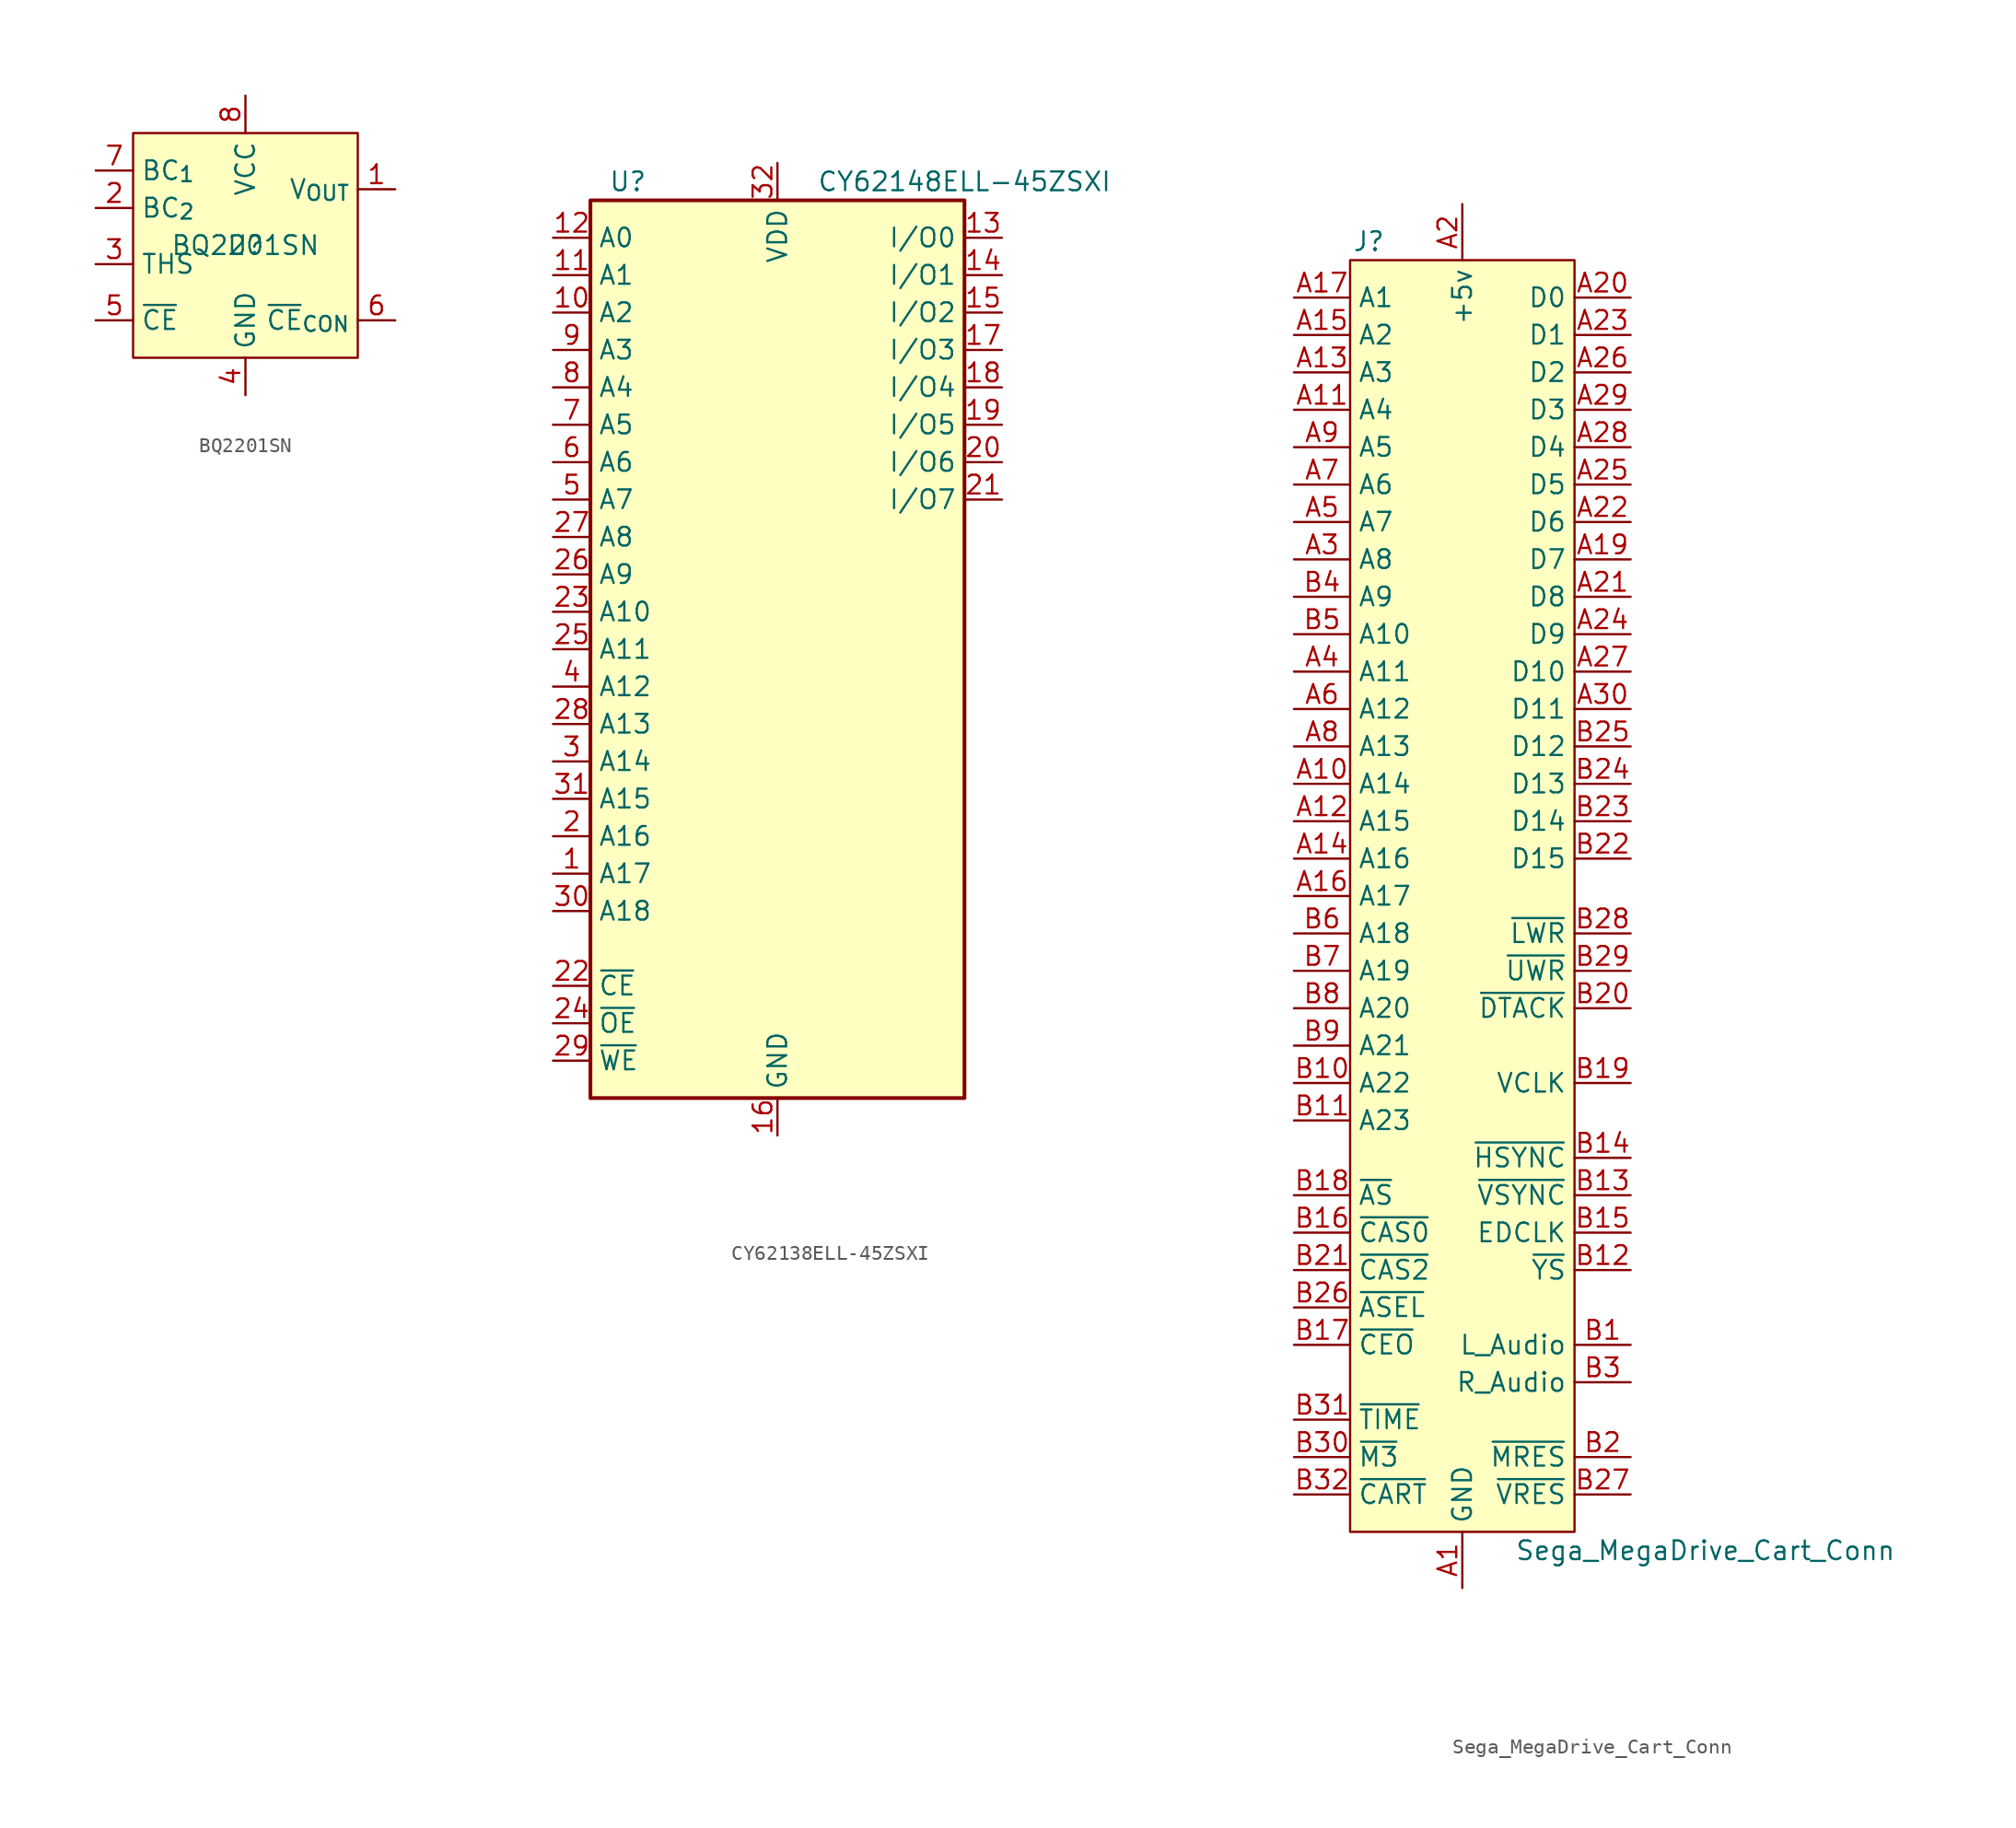
<source format=kicad_sym>
(kicad_symbol_lib
  (version 20231120)
  (generator "kicad_symbol_editor")
  (generator_version "8.0")
  (symbol "BQ2201SN"
    (property "Reference" "U"
      (at 0 0 0)
      (effects (font (size 1.27 1.27))))
    (property "Value" "BQ2201SN"
      (at 0 0 0)
      (effects (font (size 1.27 1.27))))
    (symbol "BQ2201SN_1_1"
      (rectangle (start -7.62 7.62) (end 7.62 -7.62) (stroke (width 0) (type default)) (fill (type background)))
      (pin power_out line (at 10.16 3.81 180) (length 2.54) (name "V_{OUT}" (effects (font (size 1.27 1.27)))) (number "1" (effects (font (size 1.27 1.27)))))
      (pin power_in line (at -10.16 2.54 0) (length 2.54) (name "BC_{2}" (effects (font (size 1.27 1.27)))) (number "2" (effects (font (size 1.27 1.27)))))
      (pin input line (at -10.16 -1.27 0) (length 2.54) (name "THS" (effects (font (size 1.27 1.27)))) (number "3" (effects (font (size 1.27 1.27)))))
      (pin power_in line (at 0 -10.16 90) (length 2.54) (name "GND" (effects (font (size 1.27 1.27)))) (number "4" (effects (font (size 1.27 1.27)))))
      (pin input line (at -10.16 -5.08 0) (length 2.54) (name "~{CE}" (effects (font (size 1.27 1.27)))) (number "5" (effects (font (size 1.27 1.27)))))
      (pin output line (at 10.16 -5.08 180) (length 2.54) (name "~{CE}_{CON}" (effects (font (size 1.27 1.27)))) (number "6" (effects (font (size 1.27 1.27)))))
      (pin power_in line (at -10.16 5.08 0) (length 2.54) (name "BC_{1}" (effects (font (size 1.27 1.27)))) (number "7" (effects (font (size 1.27 1.27)))))
      (pin power_in line (at 0 10.16 270) (length 2.54) (name "VCC" (effects (font (size 1.27 1.27)))) (number "8" (effects (font (size 1.27 1.27)))))))
  (symbol "CY62138ELL-45ZSXI"
    (property "Reference" "U"
      (at -10.16 31.75 0)
      (effects (font (size 1.27 1.27))))
    (property "Value" "CY62148ELL-45ZSXI"
      (at 12.7 31.75 0)
      (effects (font (size 1.27 1.27))))
    (symbol "CY62138ELL-45ZSXI_0_1"
      (rectangle (start -12.7 30.48) (end 12.7 -30.48) (stroke (width 0.254) (type default)) (fill (type background))))
    (symbol "CY62138ELL-45ZSXI_1_1"
      (pin input line (at -15.24 -15.24 0) (length 2.54) (name "A17" (effects (font (size 1.27 1.27)))) (number "1" (effects (font (size 1.27 1.27)))))
      (pin input line (at -15.24 22.86 0) (length 2.54) (name "A2" (effects (font (size 1.27 1.27)))) (number "10" (effects (font (size 1.27 1.27)))))
      (pin input line (at -15.24 25.4 0) (length 2.54) (name "A1" (effects (font (size 1.27 1.27)))) (number "11" (effects (font (size 1.27 1.27)))))
      (pin input line (at -15.24 27.94 0) (length 2.54) (name "A0" (effects (font (size 1.27 1.27)))) (number "12" (effects (font (size 1.27 1.27)))))
      (pin bidirectional line (at 15.24 27.94 180) (length 2.54) (name "I/O0" (effects (font (size 1.27 1.27)))) (number "13" (effects (font (size 1.27 1.27)))))
      (pin bidirectional line (at 15.24 25.4 180) (length 2.54) (name "I/O1" (effects (font (size 1.27 1.27)))) (number "14" (effects (font (size 1.27 1.27)))))
      (pin bidirectional line (at 15.24 22.86 180) (length 2.54) (name "I/O2" (effects (font (size 1.27 1.27)))) (number "15" (effects (font (size 1.27 1.27)))))
      (pin power_in line (at 0 -33.02 90) (length 2.54) (name "GND" (effects (font (size 1.27 1.27)))) (number "16" (effects (font (size 1.27 1.27)))))
      (pin bidirectional line (at 15.24 20.32 180) (length 2.54) (name "I/O3" (effects (font (size 1.27 1.27)))) (number "17" (effects (font (size 1.27 1.27)))))
      (pin bidirectional line (at 15.24 17.78 180) (length 2.54) (name "I/O4" (effects (font (size 1.27 1.27)))) (number "18" (effects (font (size 1.27 1.27)))))
      (pin bidirectional line (at 15.24 15.24 180) (length 2.54) (name "I/O5" (effects (font (size 1.27 1.27)))) (number "19" (effects (font (size 1.27 1.27)))))
      (pin input line (at -15.24 -12.7 0) (length 2.54) (name "A16" (effects (font (size 1.27 1.27)))) (number "2" (effects (font (size 1.27 1.27)))))
      (pin bidirectional line (at 15.24 12.7 180) (length 2.54) (name "I/O6" (effects (font (size 1.27 1.27)))) (number "20" (effects (font (size 1.27 1.27)))))
      (pin bidirectional line (at 15.24 10.16 180) (length 2.54) (name "I/O7" (effects (font (size 1.27 1.27)))) (number "21" (effects (font (size 1.27 1.27)))))
      (pin input line (at -15.24 -22.86 0) (length 2.54) (name "~{CE}" (effects (font (size 1.27 1.27)))) (number "22" (effects (font (size 1.27 1.27)))))
      (pin input line (at -15.24 2.54 0) (length 2.54) (name "A10" (effects (font (size 1.27 1.27)))) (number "23" (effects (font (size 1.27 1.27)))))
      (pin input line (at -15.24 -25.4 0) (length 2.54) (name "~{OE}" (effects (font (size 1.27 1.27)))) (number "24" (effects (font (size 1.27 1.27)))))
      (pin input line (at -15.24 0 0) (length 2.54) (name "A11" (effects (font (size 1.27 1.27)))) (number "25" (effects (font (size 1.27 1.27)))))
      (pin input line (at -15.24 5.08 0) (length 2.54) (name "A9" (effects (font (size 1.27 1.27)))) (number "26" (effects (font (size 1.27 1.27)))))
      (pin input line (at -15.24 7.62 0) (length 2.54) (name "A8" (effects (font (size 1.27 1.27)))) (number "27" (effects (font (size 1.27 1.27)))))
      (pin input line (at -15.24 -5.08 0) (length 2.54) (name "A13" (effects (font (size 1.27 1.27)))) (number "28" (effects (font (size 1.27 1.27)))))
      (pin input line (at -15.24 -27.94 0) (length 2.54) (name "~{WE}" (effects (font (size 1.27 1.27)))) (number "29" (effects (font (size 1.27 1.27)))))
      (pin input line (at -15.24 -7.62 0) (length 2.54) (name "A14" (effects (font (size 1.27 1.27)))) (number "3" (effects (font (size 1.27 1.27)))))
      (pin input line (at -15.24 -17.78 0) (length 2.54) (name "A18" (effects (font (size 1.27 1.27)))) (number "30" (effects (font (size 1.27 1.27)))))
      (pin input line (at -15.24 -10.16 0) (length 2.54) (name "A15" (effects (font (size 1.27 1.27)))) (number "31" (effects (font (size 1.27 1.27)))))
      (pin power_in line (at 0 33.02 270) (length 2.54) (name "VDD" (effects (font (size 1.27 1.27)))) (number "32" (effects (font (size 1.27 1.27)))))
      (pin input line (at -15.24 -2.54 0) (length 2.54) (name "A12" (effects (font (size 1.27 1.27)))) (number "4" (effects (font (size 1.27 1.27)))))
      (pin input line (at -15.24 10.16 0) (length 2.54) (name "A7" (effects (font (size 1.27 1.27)))) (number "5" (effects (font (size 1.27 1.27)))))
      (pin input line (at -15.24 12.7 0) (length 2.54) (name "A6" (effects (font (size 1.27 1.27)))) (number "6" (effects (font (size 1.27 1.27)))))
      (pin input line (at -15.24 15.24 0) (length 2.54) (name "A5" (effects (font (size 1.27 1.27)))) (number "7" (effects (font (size 1.27 1.27)))))
      (pin input line (at -15.24 17.78 0) (length 2.54) (name "A4" (effects (font (size 1.27 1.27)))) (number "8" (effects (font (size 1.27 1.27)))))
      (pin input line (at -15.24 20.32 0) (length 2.54) (name "A3" (effects (font (size 1.27 1.27)))) (number "9" (effects (font (size 1.27 1.27)))))))
  (symbol "Sega_MegaDrive_Cart_Conn"
    (property "Reference" "J"
      (at -6.35 41.91 0)
      (effects (font (size 1.27 1.27))))
    (property "Value" "Sega_MegaDrive_Cart_Conn"
      (at 16.51 -46.99 0)
      (effects (font (size 1.27 1.27))))
    (symbol "Sega_MegaDrive_Cart_Conn_0_1"
      (rectangle (start -7.62 40.64) (end 7.62 -45.72) (stroke (width 0) (type default)) (fill (type background))))
    (symbol "Sega_MegaDrive_Cart_Conn_1_1"
      (pin power_out line (at 0 -49.53 90) (length 3.81) (name "GND" (effects (font (size 1.27 1.27)))) (number "A1" (effects (font (size 1.27 1.27)))))
      (pin output line (at -11.43 5.08 0) (length 3.81) (name "A14" (effects (font (size 1.27 1.27)))) (number "A10" (effects (font (size 1.27 1.27)))))
      (pin output line (at -11.43 30.48 0) (length 3.81) (name "A4" (effects (font (size 1.27 1.27)))) (number "A11" (effects (font (size 1.27 1.27)))))
      (pin output line (at -11.43 2.54 0) (length 3.81) (name "A15" (effects (font (size 1.27 1.27)))) (number "A12" (effects (font (size 1.27 1.27)))))
      (pin output line (at -11.43 33.02 0) (length 3.81) (name "A3" (effects (font (size 1.27 1.27)))) (number "A13" (effects (font (size 1.27 1.27)))))
      (pin output line (at -11.43 0 0) (length 3.81) (name "A16" (effects (font (size 1.27 1.27)))) (number "A14" (effects (font (size 1.27 1.27)))))
      (pin output line (at -11.43 35.56 0) (length 3.81) (name "A2" (effects (font (size 1.27 1.27)))) (number "A15" (effects (font (size 1.27 1.27)))))
      (pin output line (at -11.43 -2.54 0) (length 3.81) (name "A17" (effects (font (size 1.27 1.27)))) (number "A16" (effects (font (size 1.27 1.27)))))
      (pin output line (at -11.43 38.1 0) (length 3.81) (name "A1" (effects (font (size 1.27 1.27)))) (number "A17" (effects (font (size 1.27 1.27)))))
      (pin passive line (at 0 -49.53 90) (length 3.81) hide (name "GND" (effects (font (size 1.27 1.27)))) (number "A18" (effects (font (size 1.27 1.27)))))
      (pin bidirectional line (at 11.43 20.32 180) (length 3.81) (name "D7" (effects (font (size 1.27 1.27)))) (number "A19" (effects (font (size 1.27 1.27)))))
      (pin power_out line (at 0 44.45 270) (length 3.81) (name "+5v" (effects (font (size 1.27 1.27)))) (number "A2" (effects (font (size 1.27 1.27)))))
      (pin bidirectional line (at 11.43 38.1 180) (length 3.81) (name "D0" (effects (font (size 1.27 1.27)))) (number "A20" (effects (font (size 1.27 1.27)))))
      (pin bidirectional line (at 11.43 17.78 180) (length 3.81) (name "D8" (effects (font (size 1.27 1.27)))) (number "A21" (effects (font (size 1.27 1.27)))))
      (pin bidirectional line (at 11.43 22.86 180) (length 3.81) (name "D6" (effects (font (size 1.27 1.27)))) (number "A22" (effects (font (size 1.27 1.27)))))
      (pin bidirectional line (at 11.43 35.56 180) (length 3.81) (name "D1" (effects (font (size 1.27 1.27)))) (number "A23" (effects (font (size 1.27 1.27)))))
      (pin bidirectional line (at 11.43 15.24 180) (length 3.81) (name "D9" (effects (font (size 1.27 1.27)))) (number "A24" (effects (font (size 1.27 1.27)))))
      (pin bidirectional line (at 11.43 25.4 180) (length 3.81) (name "D5" (effects (font (size 1.27 1.27)))) (number "A25" (effects (font (size 1.27 1.27)))))
      (pin bidirectional line (at 11.43 33.02 180) (length 3.81) (name "D2" (effects (font (size 1.27 1.27)))) (number "A26" (effects (font (size 1.27 1.27)))))
      (pin bidirectional line (at 11.43 12.7 180) (length 3.81) (name "D10" (effects (font (size 1.27 1.27)))) (number "A27" (effects (font (size 1.27 1.27)))))
      (pin bidirectional line (at 11.43 27.94 180) (length 3.81) (name "D4" (effects (font (size 1.27 1.27)))) (number "A28" (effects (font (size 1.27 1.27)))))
      (pin bidirectional line (at 11.43 30.48 180) (length 3.81) (name "D3" (effects (font (size 1.27 1.27)))) (number "A29" (effects (font (size 1.27 1.27)))))
      (pin output line (at -11.43 20.32 0) (length 3.81) (name "A8" (effects (font (size 1.27 1.27)))) (number "A3" (effects (font (size 1.27 1.27)))))
      (pin bidirectional line (at 11.43 10.16 180) (length 3.81) (name "D11" (effects (font (size 1.27 1.27)))) (number "A30" (effects (font (size 1.27 1.27)))))
      (pin passive line (at 0 44.45 270) (length 3.81) hide (name "+5v" (effects (font (size 1.27 1.27)))) (number "A31" (effects (font (size 1.27 1.27)))))
      (pin passive line (at 0 -49.53 90) (length 3.81) hide (name "GND" (effects (font (size 1.27 1.27)))) (number "A32" (effects (font (size 1.27 1.27)))))
      (pin output line (at -11.43 12.7 0) (length 3.81) (name "A11" (effects (font (size 1.27 1.27)))) (number "A4" (effects (font (size 1.27 1.27)))))
      (pin output line (at -11.43 22.86 0) (length 3.81) (name "A7" (effects (font (size 1.27 1.27)))) (number "A5" (effects (font (size 1.27 1.27)))))
      (pin output line (at -11.43 10.16 0) (length 3.81) (name "A12" (effects (font (size 1.27 1.27)))) (number "A6" (effects (font (size 1.27 1.27)))))
      (pin output line (at -11.43 25.4 0) (length 3.81) (name "A6" (effects (font (size 1.27 1.27)))) (number "A7" (effects (font (size 1.27 1.27)))))
      (pin output line (at -11.43 7.62 0) (length 3.81) (name "A13" (effects (font (size 1.27 1.27)))) (number "A8" (effects (font (size 1.27 1.27)))))
      (pin output line (at -11.43 27.94 0) (length 3.81) (name "A5" (effects (font (size 1.27 1.27)))) (number "A9" (effects (font (size 1.27 1.27)))))
      (pin input line (at 11.43 -33.02 180) (length 3.81) (name "L_Audio" (effects (font (size 1.27 1.27)))) (number "B1" (effects (font (size 1.27 1.27)))))
      (pin output line (at -11.43 -15.24 0) (length 3.81) (name "A22" (effects (font (size 1.27 1.27)))) (number "B10" (effects (font (size 1.27 1.27)))))
      (pin output line (at -11.43 -17.78 0) (length 3.81) (name "A23" (effects (font (size 1.27 1.27)))) (number "B11" (effects (font (size 1.27 1.27)))))
      (pin output line (at 11.43 -27.94 180) (length 3.81) (name "~{YS}" (effects (font (size 1.27 1.27)))) (number "B12" (effects (font (size 1.27 1.27)))))
      (pin output line (at 11.43 -22.86 180) (length 3.81) (name "~{VSYNC}" (effects (font (size 1.27 1.27)))) (number "B13" (effects (font (size 1.27 1.27)))))
      (pin output line (at 11.43 -20.32 180) (length 3.81) (name "~{HSYNC}" (effects (font (size 1.27 1.27)))) (number "B14" (effects (font (size 1.27 1.27)))))
      (pin output line (at 11.43 -25.4 180) (length 3.81) (name "EDCLK" (effects (font (size 1.27 1.27)))) (number "B15" (effects (font (size 1.27 1.27)))))
      (pin output line (at -11.43 -25.4 0) (length 3.81) (name "~{CAS0}" (effects (font (size 1.27 1.27)))) (number "B16" (effects (font (size 1.27 1.27)))))
      (pin output line (at -11.43 -33.02 0) (length 3.81) (name "~{CEO}" (effects (font (size 1.27 1.27)))) (number "B17" (effects (font (size 1.27 1.27)))))
      (pin output line (at -11.43 -22.86 0) (length 3.81) (name "~{AS}" (effects (font (size 1.27 1.27)))) (number "B18" (effects (font (size 1.27 1.27)))))
      (pin output line (at 11.43 -15.24 180) (length 3.81) (name "VCLK" (effects (font (size 1.27 1.27)))) (number "B19" (effects (font (size 1.27 1.27)))))
      (pin output line (at 11.43 -40.64 180) (length 3.81) (name "~{MRES}" (effects (font (size 1.27 1.27)))) (number "B2" (effects (font (size 1.27 1.27)))))
      (pin input line (at 11.43 -10.16 180) (length 3.81) (name "~{DTACK}" (effects (font (size 1.27 1.27)))) (number "B20" (effects (font (size 1.27 1.27)))))
      (pin output line (at -11.43 -27.94 0) (length 3.81) (name "~{CAS2}" (effects (font (size 1.27 1.27)))) (number "B21" (effects (font (size 1.27 1.27)))))
      (pin bidirectional line (at 11.43 0 180) (length 3.81) (name "D15" (effects (font (size 1.27 1.27)))) (number "B22" (effects (font (size 1.27 1.27)))))
      (pin bidirectional line (at 11.43 2.54 180) (length 3.81) (name "D14" (effects (font (size 1.27 1.27)))) (number "B23" (effects (font (size 1.27 1.27)))))
      (pin bidirectional line (at 11.43 5.08 180) (length 3.81) (name "D13" (effects (font (size 1.27 1.27)))) (number "B24" (effects (font (size 1.27 1.27)))))
      (pin bidirectional line (at 11.43 7.62 180) (length 3.81) (name "D12" (effects (font (size 1.27 1.27)))) (number "B25" (effects (font (size 1.27 1.27)))))
      (pin output line (at -11.43 -30.48 0) (length 3.81) (name "~{ASEL}" (effects (font (size 1.27 1.27)))) (number "B26" (effects (font (size 1.27 1.27)))))
      (pin output line (at 11.43 -43.18 180) (length 3.81) (name "~{VRES}" (effects (font (size 1.27 1.27)))) (number "B27" (effects (font (size 1.27 1.27)))))
      (pin output line (at 11.43 -5.08 180) (length 3.81) (name "~{LWR}" (effects (font (size 1.27 1.27)))) (number "B28" (effects (font (size 1.27 1.27)))))
      (pin output line (at 11.43 -7.62 180) (length 3.81) (name "~{UWR}" (effects (font (size 1.27 1.27)))) (number "B29" (effects (font (size 1.27 1.27)))))
      (pin input line (at 11.43 -35.56 180) (length 3.81) (name "R_Audio" (effects (font (size 1.27 1.27)))) (number "B3" (effects (font (size 1.27 1.27)))))
      (pin input line (at -11.43 -40.64 0) (length 3.81) (name "~{M3}" (effects (font (size 1.27 1.27)))) (number "B30" (effects (font (size 1.27 1.27)))))
      (pin output line (at -11.43 -38.1 0) (length 3.81) (name "~{TIME}" (effects (font (size 1.27 1.27)))) (number "B31" (effects (font (size 1.27 1.27)))))
      (pin input line (at -11.43 -43.18 0) (length 3.81) (name "~{CART}" (effects (font (size 1.27 1.27)))) (number "B32" (effects (font (size 1.27 1.27)))))
      (pin output line (at -11.43 17.78 0) (length 3.81) (name "A9" (effects (font (size 1.27 1.27)))) (number "B4" (effects (font (size 1.27 1.27)))))
      (pin output line (at -11.43 15.24 0) (length 3.81) (name "A10" (effects (font (size 1.27 1.27)))) (number "B5" (effects (font (size 1.27 1.27)))))
      (pin output line (at -11.43 -5.08 0) (length 3.81) (name "A18" (effects (font (size 1.27 1.27)))) (number "B6" (effects (font (size 1.27 1.27)))))
      (pin output line (at -11.43 -7.62 0) (length 3.81) (name "A19" (effects (font (size 1.27 1.27)))) (number "B7" (effects (font (size 1.27 1.27)))))
      (pin output line (at -11.43 -10.16 0) (length 3.81) (name "A20" (effects (font (size 1.27 1.27)))) (number "B8" (effects (font (size 1.27 1.27)))))
      (pin output line (at -11.43 -12.7 0) (length 3.81) (name "A21" (effects (font (size 1.27 1.27)))) (number "B9" (effects (font (size 1.27 1.27))))))))
</source>
